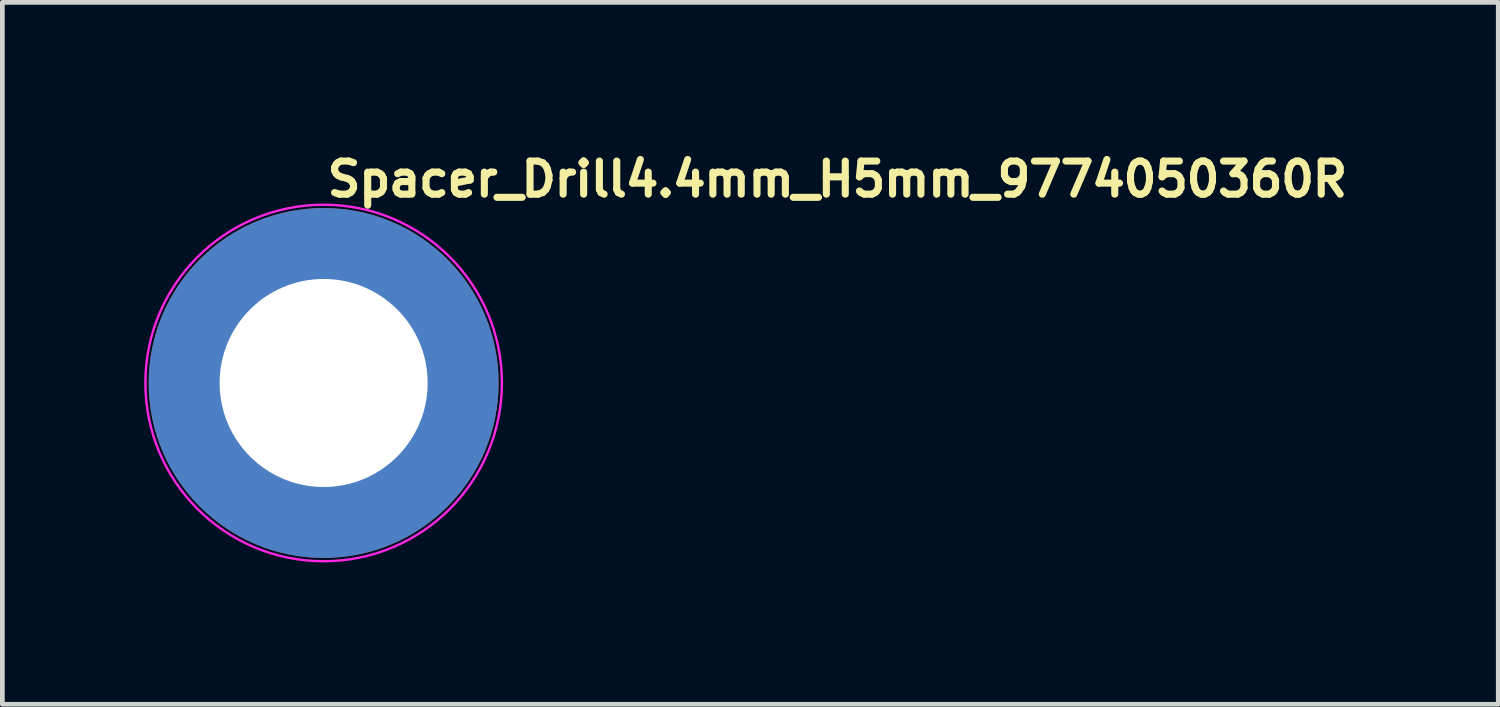
<source format=kicad_pcb>
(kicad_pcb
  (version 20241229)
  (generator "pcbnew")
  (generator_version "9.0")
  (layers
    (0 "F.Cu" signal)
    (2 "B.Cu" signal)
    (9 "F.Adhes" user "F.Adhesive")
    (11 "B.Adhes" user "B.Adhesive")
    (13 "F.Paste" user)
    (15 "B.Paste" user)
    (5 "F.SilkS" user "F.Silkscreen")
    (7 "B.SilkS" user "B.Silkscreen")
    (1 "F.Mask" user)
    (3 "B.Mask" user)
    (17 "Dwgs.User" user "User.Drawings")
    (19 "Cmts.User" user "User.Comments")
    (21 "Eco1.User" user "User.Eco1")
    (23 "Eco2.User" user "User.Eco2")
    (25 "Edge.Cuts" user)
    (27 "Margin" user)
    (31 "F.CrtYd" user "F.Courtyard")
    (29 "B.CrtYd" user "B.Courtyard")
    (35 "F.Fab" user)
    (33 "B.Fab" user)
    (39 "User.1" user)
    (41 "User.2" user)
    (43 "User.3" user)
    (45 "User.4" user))
  (footprint "Spacer_Drill4.4mm_H5mm_9774050360R"
    (layer "F.Cu")
    (at 3.795 5.05)
    (property "Reference" "Spacer_Drill4.4mm_H5mm_9774050360R" (at 0 -3.9 0) (layer "F.SilkS") (effects (font (size 0.7 0.7) (thickness 0.15)) (justify left bottom)))
    (attr smd)
    (fp_circle (center 0 0) (end 3.77 0) (stroke (width 0.05) (type solid)) (fill no) (layer "F.CrtYd"))
    (fp_rect (start -3 -3) (end 3 3) (stroke (width 0.1) (type solid)) (fill no) (layer "User.5"))
    (fp_line (start -3 0) (end -3 0) (stroke (width 0.02) (type solid)) (layer "User.9"))
    (fp_line (start -3 0) (end -2.996 0.154) (stroke (width 0.02) (type solid)) (layer "User.9"))
    (fp_line (start -2.996 -0.154) (end -3 0) (stroke (width 0.02) (type solid)) (layer "User.9"))
    (fp_line (start -2.996 0.154) (end -2.984 0.306) (stroke (width 0.02) (type solid)) (layer "User.9"))
    (fp_line (start -2.984 -0.306) (end -2.996 -0.154) (stroke (width 0.02) (type solid)) (layer "User.9"))
    (fp_line (start -2.984 0.306) (end -2.965 0.456) (stroke (width 0.02) (type solid)) (layer "User.9"))
    (fp_line (start -2.965 -0.456) (end -2.984 -0.306) (stroke (width 0.02) (type solid)) (layer "User.9"))
    (fp_line (start -2.965 0.456) (end -2.939 0.604) (stroke (width 0.02) (type solid)) (layer "User.9"))
    (fp_line (start -2.939 -0.604) (end -2.965 -0.456) (stroke (width 0.02) (type solid)) (layer "User.9"))
    (fp_line (start -2.939 0.604) (end -2.905 0.749) (stroke (width 0.02) (type solid)) (layer "User.9"))
    (fp_line (start -2.905 -0.749) (end -2.939 -0.604) (stroke (width 0.02) (type solid)) (layer "User.9"))
    (fp_line (start -2.905 0.749) (end -2.865 0.892) (stroke (width 0.02) (type solid)) (layer "User.9"))
    (fp_line (start -2.865 -0.892) (end -2.905 -0.749) (stroke (width 0.02) (type solid)) (layer "User.9"))
    (fp_line (start -2.865 0.892) (end -2.817 1.031) (stroke (width 0.02) (type solid)) (layer "User.9"))
    (fp_line (start -2.817 -1.031) (end -2.865 -0.892) (stroke (width 0.02) (type solid)) (layer "User.9"))
    (fp_line (start -2.817 1.031) (end -2.764 1.167) (stroke (width 0.02) (type solid)) (layer "User.9"))
    (fp_line (start -2.764 -1.167) (end -2.817 -1.031) (stroke (width 0.02) (type solid)) (layer "User.9"))
    (fp_line (start -2.764 1.167) (end -2.704 1.3) (stroke (width 0.02) (type solid)) (layer "User.9"))
    (fp_line (start -2.704 -1.3) (end -2.764 -1.167) (stroke (width 0.02) (type solid)) (layer "User.9"))
    (fp_line (start -2.704 1.3) (end -2.637 1.429) (stroke (width 0.02) (type solid)) (layer "User.9"))
    (fp_line (start -2.637 -1.429) (end -2.704 -1.3) (stroke (width 0.02) (type solid)) (layer "User.9"))
    (fp_line (start -2.637 1.429) (end -2.565 1.555) (stroke (width 0.02) (type solid)) (layer "User.9"))
    (fp_line (start -2.565 -1.555) (end -2.637 -1.429) (stroke (width 0.02) (type solid)) (layer "User.9"))
    (fp_line (start -2.565 1.555) (end -2.487 1.677) (stroke (width 0.02) (type solid)) (layer "User.9"))
    (fp_line (start -2.487 -1.677) (end -2.565 -1.555) (stroke (width 0.02) (type solid)) (layer "User.9"))
    (fp_line (start -2.487 1.677) (end -2.404 1.794) (stroke (width 0.02) (type solid)) (layer "User.9"))
    (fp_line (start -2.404 -1.794) (end -2.487 -1.677) (stroke (width 0.02) (type solid)) (layer "User.9"))
    (fp_line (start -2.404 1.794) (end -2.314 1.908) (stroke (width 0.02) (type solid)) (layer "User.9"))
    (fp_line (start -2.314 -1.908) (end -2.404 -1.794) (stroke (width 0.02) (type solid)) (layer "User.9"))
    (fp_line (start -2.314 1.908) (end -2.22 2.016) (stroke (width 0.02) (type solid)) (layer "User.9"))
    (fp_line (start -2.22 -2.016) (end -2.314 -1.908) (stroke (width 0.02) (type solid)) (layer "User.9"))
    (fp_line (start -2.22 2.016) (end -2.121 2.121) (stroke (width 0.02) (type solid)) (layer "User.9"))
    (fp_line (start -2.121 -2.121) (end -2.22 -2.016) (stroke (width 0.02) (type solid)) (layer "User.9"))
    (fp_line (start -2.121 2.121) (end -2.016 2.22) (stroke (width 0.02) (type solid)) (layer "User.9"))
    (fp_line (start -2.016 -2.22) (end -2.121 -2.121) (stroke (width 0.02) (type solid)) (layer "User.9"))
    (fp_line (start -2.016 2.22) (end -1.908 2.314) (stroke (width 0.02) (type solid)) (layer "User.9"))
    (fp_line (start -1.908 -2.314) (end -2.016 -2.22) (stroke (width 0.02) (type solid)) (layer "User.9"))
    (fp_line (start -1.908 2.314) (end -1.794 2.404) (stroke (width 0.02) (type solid)) (layer "User.9"))
    (fp_line (start -1.794 -2.404) (end -1.908 -2.314) (stroke (width 0.02) (type solid)) (layer "User.9"))
    (fp_line (start -1.794 2.404) (end -1.677 2.487) (stroke (width 0.02) (type solid)) (layer "User.9"))
    (fp_line (start -1.677 -2.487) (end -1.794 -2.404) (stroke (width 0.02) (type solid)) (layer "User.9"))
    (fp_line (start -1.677 2.487) (end -1.555 2.565) (stroke (width 0.02) (type solid)) (layer "User.9"))
    (fp_line (start -1.555 -2.565) (end -1.677 -2.487) (stroke (width 0.02) (type solid)) (layer "User.9"))
    (fp_line (start -1.555 2.565) (end -1.429 2.637) (stroke (width 0.02) (type solid)) (layer "User.9"))
    (fp_line (start -1.429 -2.637) (end -1.555 -2.565) (stroke (width 0.02) (type solid)) (layer "User.9"))
    (fp_line (start -1.429 2.637) (end -1.3 2.704) (stroke (width 0.02) (type solid)) (layer "User.9"))
    (fp_line (start -1.3 -2.704) (end -1.429 -2.637) (stroke (width 0.02) (type solid)) (layer "User.9"))
    (fp_line (start -1.3 2.704) (end -1.167 2.764) (stroke (width 0.02) (type solid)) (layer "User.9"))
    (fp_line (start -1.229 0) (end -1.229 0) (stroke (width 0.02) (type solid)) (layer "User.9"))
    (fp_line (start -1.229 0) (end -1.227 0.063) (stroke (width 0.02) (type solid)) (layer "User.9"))
    (fp_line (start -1.227 -0.063) (end -1.229 0) (stroke (width 0.02) (type solid)) (layer "User.9"))
    (fp_line (start -1.227 0.063) (end -1.223 0.125) (stroke (width 0.02) (type solid)) (layer "User.9"))
    (fp_line (start -1.223 -0.125) (end -1.227 -0.063) (stroke (width 0.02) (type solid)) (layer "User.9"))
    (fp_line (start -1.223 0.125) (end -1.215 0.187) (stroke (width 0.02) (type solid)) (layer "User.9"))
    (fp_line (start -1.215 -0.187) (end -1.223 -0.125) (stroke (width 0.02) (type solid)) (layer "User.9"))
    (fp_line (start -1.215 0.187) (end -1.204 0.247) (stroke (width 0.02) (type solid)) (layer "User.9"))
    (fp_line (start -1.204 -0.247) (end -1.215 -0.187) (stroke (width 0.02) (type solid)) (layer "User.9"))
    (fp_line (start -1.204 0.247) (end -1.19 0.307) (stroke (width 0.02) (type solid)) (layer "User.9"))
    (fp_line (start -1.19 -0.307) (end -1.204 -0.247) (stroke (width 0.02) (type solid)) (layer "User.9"))
    (fp_line (start -1.19 0.307) (end -1.174 0.365) (stroke (width 0.02) (type solid)) (layer "User.9"))
    (fp_line (start -1.174 -0.365) (end -1.19 -0.307) (stroke (width 0.02) (type solid)) (layer "User.9"))
    (fp_line (start -1.174 0.365) (end -1.154 0.422) (stroke (width 0.02) (type solid)) (layer "User.9"))
    (fp_line (start -1.167 -2.764) (end -1.3 -2.704) (stroke (width 0.02) (type solid)) (layer "User.9"))
    (fp_line (start -1.167 2.764) (end -1.031 2.817) (stroke (width 0.02) (type solid)) (layer "User.9"))
    (fp_line (start -1.154 -0.422) (end -1.174 -0.365) (stroke (width 0.02) (type solid)) (layer "User.9"))
    (fp_line (start -1.154 0.422) (end -1.132 0.478) (stroke (width 0.02) (type solid)) (layer "User.9"))
    (fp_line (start -1.132 -0.478) (end -1.154 -0.422) (stroke (width 0.02) (type solid)) (layer "User.9"))
    (fp_line (start -1.132 0.478) (end -1.108 0.533) (stroke (width 0.02) (type solid)) (layer "User.9"))
    (fp_line (start -1.108 -0.533) (end -1.132 -0.478) (stroke (width 0.02) (type solid)) (layer "User.9"))
    (fp_line (start -1.108 0.533) (end -1.081 0.586) (stroke (width 0.02) (type solid)) (layer "User.9"))
    (fp_line (start -1.081 -0.586) (end -1.108 -0.533) (stroke (width 0.02) (type solid)) (layer "User.9"))
    (fp_line (start -1.081 0.586) (end -1.051 0.637) (stroke (width 0.02) (type solid)) (layer "User.9"))
    (fp_line (start -1.051 -0.637) (end -1.081 -0.586) (stroke (width 0.02) (type solid)) (layer "User.9"))
    (fp_line (start -1.051 0.637) (end -1.019 0.687) (stroke (width 0.02) (type solid)) (layer "User.9"))
    (fp_line (start -1.031 -2.817) (end -1.167 -2.764) (stroke (width 0.02) (type solid)) (layer "User.9"))
    (fp_line (start -1.031 2.817) (end -0.892 2.865) (stroke (width 0.02) (type solid)) (layer "User.9"))
    (fp_line (start -1.019 -0.687) (end -1.051 -0.637) (stroke (width 0.02) (type solid)) (layer "User.9"))
    (fp_line (start -1.019 0.687) (end -0.985 0.735) (stroke (width 0.02) (type solid)) (layer "User.9"))
    (fp_line (start -0.985 -0.735) (end -1.019 -0.687) (stroke (width 0.02) (type solid)) (layer "User.9"))
    (fp_line (start -0.985 0.735) (end -0.948 0.782) (stroke (width 0.02) (type solid)) (layer "User.9"))
    (fp_line (start -0.948 -0.782) (end -0.985 -0.735) (stroke (width 0.02) (type solid)) (layer "User.9"))
    (fp_line (start -0.948 0.782) (end -0.91 0.826) (stroke (width 0.02) (type solid)) (layer "User.9"))
    (fp_line (start -0.91 -0.826) (end -0.948 -0.782) (stroke (width 0.02) (type solid)) (layer "User.9"))
    (fp_line (start -0.91 0.826) (end -0.869 0.869) (stroke (width 0.02) (type solid)) (layer "User.9"))
    (fp_line (start -0.892 -2.865) (end -1.031 -2.817) (stroke (width 0.02) (type solid)) (layer "User.9"))
    (fp_line (start -0.892 2.865) (end -0.749 2.905) (stroke (width 0.02) (type solid)) (layer "User.9"))
    (fp_line (start -0.869 -0.869) (end -0.91 -0.826) (stroke (width 0.02) (type solid)) (layer "User.9"))
    (fp_line (start -0.869 0.869) (end -0.826 0.91) (stroke (width 0.02) (type solid)) (layer "User.9"))
    (fp_line (start -0.826 -0.91) (end -0.869 -0.869) (stroke (width 0.02) (type solid)) (layer "User.9"))
    (fp_line (start -0.826 0.91) (end -0.782 0.948) (stroke (width 0.02) (type solid)) (layer "User.9"))
    (fp_line (start -0.782 -0.948) (end -0.826 -0.91) (stroke (width 0.02) (type solid)) (layer "User.9"))
    (fp_line (start -0.782 0.948) (end -0.735 0.985) (stroke (width 0.02) (type solid)) (layer "User.9"))
    (fp_line (start -0.749 -2.905) (end -0.892 -2.865) (stroke (width 0.02) (type solid)) (layer "User.9"))
    (fp_line (start -0.749 2.905) (end -0.604 2.939) (stroke (width 0.02) (type solid)) (layer "User.9"))
    (fp_line (start -0.735 -0.985) (end -0.782 -0.948) (stroke (width 0.02) (type solid)) (layer "User.9"))
    (fp_line (start -0.735 0.985) (end -0.687 1.019) (stroke (width 0.02) (type solid)) (layer "User.9"))
    (fp_line (start -0.687 -1.019) (end -0.735 -0.985) (stroke (width 0.02) (type solid)) (layer "User.9"))
    (fp_line (start -0.687 1.019) (end -0.637 1.051) (stroke (width 0.02) (type solid)) (layer "User.9"))
    (fp_line (start -0.637 -1.051) (end -0.687 -1.019) (stroke (width 0.02) (type solid)) (layer "User.9"))
    (fp_line (start -0.637 1.051) (end -0.586 1.081) (stroke (width 0.02) (type solid)) (layer "User.9"))
    (fp_line (start -0.604 -2.939) (end -0.749 -2.905) (stroke (width 0.02) (type solid)) (layer "User.9"))
    (fp_line (start -0.604 2.939) (end -0.456 2.965) (stroke (width 0.02) (type solid)) (layer "User.9"))
    (fp_line (start -0.586 -1.081) (end -0.637 -1.051) (stroke (width 0.02) (type solid)) (layer "User.9"))
    (fp_line (start -0.586 1.081) (end -0.533 1.108) (stroke (width 0.02) (type solid)) (layer "User.9"))
    (fp_line (start -0.533 -1.108) (end -0.586 -1.081) (stroke (width 0.02) (type solid)) (layer "User.9"))
    (fp_line (start -0.533 1.108) (end -0.478 1.132) (stroke (width 0.02) (type solid)) (layer "User.9"))
    (fp_line (start -0.478 -1.132) (end -0.533 -1.108) (stroke (width 0.02) (type solid)) (layer "User.9"))
    (fp_line (start -0.478 1.132) (end -0.422 1.154) (stroke (width 0.02) (type solid)) (layer "User.9"))
    (fp_line (start -0.456 -2.965) (end -0.604 -2.939) (stroke (width 0.02) (type solid)) (layer "User.9"))
    (fp_line (start -0.456 2.965) (end -0.306 2.984) (stroke (width 0.02) (type solid)) (layer "User.9"))
    (fp_line (start -0.422 -1.154) (end -0.478 -1.132) (stroke (width 0.02) (type solid)) (layer "User.9"))
    (fp_line (start -0.422 1.154) (end -0.365 1.174) (stroke (width 0.02) (type solid)) (layer "User.9"))
    (fp_line (start -0.365 -1.174) (end -0.422 -1.154) (stroke (width 0.02) (type solid)) (layer "User.9"))
    (fp_line (start -0.365 1.174) (end -0.307 1.19) (stroke (width 0.02) (type solid)) (layer "User.9"))
    (fp_line (start -0.307 -1.19) (end -0.365 -1.174) (stroke (width 0.02) (type solid)) (layer "User.9"))
    (fp_line (start -0.307 1.19) (end -0.247 1.204) (stroke (width 0.02) (type solid)) (layer "User.9"))
    (fp_line (start -0.306 -2.984) (end -0.456 -2.965) (stroke (width 0.02) (type solid)) (layer "User.9"))
    (fp_line (start -0.306 2.984) (end -0.154 2.996) (stroke (width 0.02) (type solid)) (layer "User.9"))
    (fp_line (start -0.247 -1.204) (end -0.307 -1.19) (stroke (width 0.02) (type solid)) (layer "User.9"))
    (fp_line (start -0.247 1.204) (end -0.187 1.215) (stroke (width 0.02) (type solid)) (layer "User.9"))
    (fp_line (start -0.187 -1.215) (end -0.247 -1.204) (stroke (width 0.02) (type solid)) (layer "User.9"))
    (fp_line (start -0.187 1.215) (end -0.125 1.223) (stroke (width 0.02) (type solid)) (layer "User.9"))
    (fp_line (start -0.154 -2.996) (end -0.306 -2.984) (stroke (width 0.02) (type solid)) (layer "User.9"))
    (fp_line (start -0.154 2.996) (end 0 3) (stroke (width 0.02) (type solid)) (layer "User.9"))
    (fp_line (start -0.125 -1.223) (end -0.187 -1.215) (stroke (width 0.02) (type solid)) (layer "User.9"))
    (fp_line (start -0.125 1.223) (end -0.063 1.227) (stroke (width 0.02) (type solid)) (layer "User.9"))
    (fp_line (start -0.063 -1.227) (end -0.125 -1.223) (stroke (width 0.02) (type solid)) (layer "User.9"))
    (fp_line (start -0.063 1.227) (end 0 1.229) (stroke (width 0.02) (type solid)) (layer "User.9"))
    (fp_line (start 0 -3) (end -0.154 -2.996) (stroke (width 0.02) (type solid)) (layer "User.9"))
    (fp_line (start 0 -3) (end 0 -3) (stroke (width 0.02) (type solid)) (layer "User.9"))
    (fp_line (start 0 -1.229) (end -0.063 -1.227) (stroke (width 0.02) (type solid)) (layer "User.9"))
    (fp_line (start 0 -1.229) (end 0 -1.229) (stroke (width 0.02) (type solid)) (layer "User.9"))
    (fp_line (start 0 1.229) (end 0 1.229) (stroke (width 0.02) (type solid)) (layer "User.9"))
    (fp_line (start 0 1.229) (end 0.063 1.227) (stroke (width 0.02) (type solid)) (layer "User.9"))
    (fp_line (start 0 3) (end 0 3) (stroke (width 0.02) (type solid)) (layer "User.9"))
    (fp_line (start 0 3) (end 0.154 2.996) (stroke (width 0.02) (type solid)) (layer "User.9"))
    (fp_line (start 0.063 -1.227) (end 0 -1.229) (stroke (width 0.02) (type solid)) (layer "User.9"))
    (fp_line (start 0.063 1.227) (end 0.125 1.223) (stroke (width 0.02) (type solid)) (layer "User.9"))
    (fp_line (start 0.125 -1.223) (end 0.063 -1.227) (stroke (width 0.02) (type solid)) (layer "User.9"))
    (fp_line (start 0.125 1.223) (end 0.187 1.215) (stroke (width 0.02) (type solid)) (layer "User.9"))
    (fp_line (start 0.154 -2.996) (end 0 -3) (stroke (width 0.02) (type solid)) (layer "User.9"))
    (fp_line (start 0.154 2.996) (end 0.306 2.984) (stroke (width 0.02) (type solid)) (layer "User.9"))
    (fp_line (start 0.187 -1.215) (end 0.125 -1.223) (stroke (width 0.02) (type solid)) (layer "User.9"))
    (fp_line (start 0.187 1.215) (end 0.247 1.204) (stroke (width 0.02) (type solid)) (layer "User.9"))
    (fp_line (start 0.247 -1.204) (end 0.187 -1.215) (stroke (width 0.02) (type solid)) (layer "User.9"))
    (fp_line (start 0.247 1.204) (end 0.307 1.19) (stroke (width 0.02) (type solid)) (layer "User.9"))
    (fp_line (start 0.306 -2.984) (end 0.154 -2.996) (stroke (width 0.02) (type solid)) (layer "User.9"))
    (fp_line (start 0.306 2.984) (end 0.456 2.965) (stroke (width 0.02) (type solid)) (layer "User.9"))
    (fp_line (start 0.307 -1.19) (end 0.247 -1.204) (stroke (width 0.02) (type solid)) (layer "User.9"))
    (fp_line (start 0.307 1.19) (end 0.365 1.174) (stroke (width 0.02) (type solid)) (layer "User.9"))
    (fp_line (start 0.365 -1.174) (end 0.307 -1.19) (stroke (width 0.02) (type solid)) (layer "User.9"))
    (fp_line (start 0.365 1.174) (end 0.422 1.154) (stroke (width 0.02) (type solid)) (layer "User.9"))
    (fp_line (start 0.422 -1.154) (end 0.365 -1.174) (stroke (width 0.02) (type solid)) (layer "User.9"))
    (fp_line (start 0.422 1.154) (end 0.478 1.132) (stroke (width 0.02) (type solid)) (layer "User.9"))
    (fp_line (start 0.456 -2.965) (end 0.306 -2.984) (stroke (width 0.02) (type solid)) (layer "User.9"))
    (fp_line (start 0.456 2.965) (end 0.604 2.939) (stroke (width 0.02) (type solid)) (layer "User.9"))
    (fp_line (start 0.478 -1.132) (end 0.422 -1.154) (stroke (width 0.02) (type solid)) (layer "User.9"))
    (fp_line (start 0.478 1.132) (end 0.533 1.108) (stroke (width 0.02) (type solid)) (layer "User.9"))
    (fp_line (start 0.533 -1.108) (end 0.478 -1.132) (stroke (width 0.02) (type solid)) (layer "User.9"))
    (fp_line (start 0.533 1.108) (end 0.586 1.081) (stroke (width 0.02) (type solid)) (layer "User.9"))
    (fp_line (start 0.586 -1.081) (end 0.533 -1.108) (stroke (width 0.02) (type solid)) (layer "User.9"))
    (fp_line (start 0.586 1.081) (end 0.637 1.051) (stroke (width 0.02) (type solid)) (layer "User.9"))
    (fp_line (start 0.604 -2.939) (end 0.456 -2.965) (stroke (width 0.02) (type solid)) (layer "User.9"))
    (fp_line (start 0.604 2.939) (end 0.749 2.905) (stroke (width 0.02) (type solid)) (layer "User.9"))
    (fp_line (start 0.637 -1.051) (end 0.586 -1.081) (stroke (width 0.02) (type solid)) (layer "User.9"))
    (fp_line (start 0.637 1.051) (end 0.687 1.019) (stroke (width 0.02) (type solid)) (layer "User.9"))
    (fp_line (start 0.687 -1.019) (end 0.637 -1.051) (stroke (width 0.02) (type solid)) (layer "User.9"))
    (fp_line (start 0.687 1.019) (end 0.735 0.985) (stroke (width 0.02) (type solid)) (layer "User.9"))
    (fp_line (start 0.735 -0.985) (end 0.687 -1.019) (stroke (width 0.02) (type solid)) (layer "User.9"))
    (fp_line (start 0.735 0.985) (end 0.782 0.948) (stroke (width 0.02) (type solid)) (layer "User.9"))
    (fp_line (start 0.749 -2.905) (end 0.604 -2.939) (stroke (width 0.02) (type solid)) (layer "User.9"))
    (fp_line (start 0.749 2.905) (end 0.892 2.865) (stroke (width 0.02) (type solid)) (layer "User.9"))
    (fp_line (start 0.782 -0.948) (end 0.735 -0.985) (stroke (width 0.02) (type solid)) (layer "User.9"))
    (fp_line (start 0.782 0.948) (end 0.826 0.91) (stroke (width 0.02) (type solid)) (layer "User.9"))
    (fp_line (start 0.826 -0.91) (end 0.782 -0.948) (stroke (width 0.02) (type solid)) (layer "User.9"))
    (fp_line (start 0.826 0.91) (end 0.869 0.869) (stroke (width 0.02) (type solid)) (layer "User.9"))
    (fp_line (start 0.869 -0.869) (end 0.826 -0.91) (stroke (width 0.02) (type solid)) (layer "User.9"))
    (fp_line (start 0.869 0.869) (end 0.91 0.826) (stroke (width 0.02) (type solid)) (layer "User.9"))
    (fp_line (start 0.892 -2.865) (end 0.749 -2.905) (stroke (width 0.02) (type solid)) (layer "User.9"))
    (fp_line (start 0.892 2.865) (end 1.031 2.817) (stroke (width 0.02) (type solid)) (layer "User.9"))
    (fp_line (start 0.91 -0.826) (end 0.869 -0.869) (stroke (width 0.02) (type solid)) (layer "User.9"))
    (fp_line (start 0.91 0.826) (end 0.948 0.782) (stroke (width 0.02) (type solid)) (layer "User.9"))
    (fp_line (start 0.948 -0.782) (end 0.91 -0.826) (stroke (width 0.02) (type solid)) (layer "User.9"))
    (fp_line (start 0.948 0.782) (end 0.985 0.735) (stroke (width 0.02) (type solid)) (layer "User.9"))
    (fp_line (start 0.985 -0.735) (end 0.948 -0.782) (stroke (width 0.02) (type solid)) (layer "User.9"))
    (fp_line (start 0.985 0.735) (end 1.019 0.687) (stroke (width 0.02) (type solid)) (layer "User.9"))
    (fp_line (start 1.019 -0.687) (end 0.985 -0.735) (stroke (width 0.02) (type solid)) (layer "User.9"))
    (fp_line (start 1.019 0.687) (end 1.051 0.637) (stroke (width 0.02) (type solid)) (layer "User.9"))
    (fp_line (start 1.031 -2.817) (end 0.892 -2.865) (stroke (width 0.02) (type solid)) (layer "User.9"))
    (fp_line (start 1.031 2.817) (end 1.167 2.764) (stroke (width 0.02) (type solid)) (layer "User.9"))
    (fp_line (start 1.051 -0.637) (end 1.019 -0.687) (stroke (width 0.02) (type solid)) (layer "User.9"))
    (fp_line (start 1.051 0.637) (end 1.081 0.586) (stroke (width 0.02) (type solid)) (layer "User.9"))
    (fp_line (start 1.081 -0.586) (end 1.051 -0.637) (stroke (width 0.02) (type solid)) (layer "User.9"))
    (fp_line (start 1.081 0.586) (end 1.108 0.533) (stroke (width 0.02) (type solid)) (layer "User.9"))
    (fp_line (start 1.108 -0.533) (end 1.081 -0.586) (stroke (width 0.02) (type solid)) (layer "User.9"))
    (fp_line (start 1.108 0.533) (end 1.132 0.478) (stroke (width 0.02) (type solid)) (layer "User.9"))
    (fp_line (start 1.132 -0.478) (end 1.108 -0.533) (stroke (width 0.02) (type solid)) (layer "User.9"))
    (fp_line (start 1.132 0.478) (end 1.154 0.422) (stroke (width 0.02) (type solid)) (layer "User.9"))
    (fp_line (start 1.154 -0.422) (end 1.132 -0.478) (stroke (width 0.02) (type solid)) (layer "User.9"))
    (fp_line (start 1.154 0.422) (end 1.174 0.365) (stroke (width 0.02) (type solid)) (layer "User.9"))
    (fp_line (start 1.167 -2.764) (end 1.031 -2.817) (stroke (width 0.02) (type solid)) (layer "User.9"))
    (fp_line (start 1.167 2.764) (end 1.3 2.704) (stroke (width 0.02) (type solid)) (layer "User.9"))
    (fp_line (start 1.174 -0.365) (end 1.154 -0.422) (stroke (width 0.02) (type solid)) (layer "User.9"))
    (fp_line (start 1.174 0.365) (end 1.19 0.307) (stroke (width 0.02) (type solid)) (layer "User.9"))
    (fp_line (start 1.19 -0.307) (end 1.174 -0.365) (stroke (width 0.02) (type solid)) (layer "User.9"))
    (fp_line (start 1.19 0.307) (end 1.204 0.247) (stroke (width 0.02) (type solid)) (layer "User.9"))
    (fp_line (start 1.204 -0.247) (end 1.19 -0.307) (stroke (width 0.02) (type solid)) (layer "User.9"))
    (fp_line (start 1.204 0.247) (end 1.215 0.187) (stroke (width 0.02) (type solid)) (layer "User.9"))
    (fp_line (start 1.215 -0.187) (end 1.204 -0.247) (stroke (width 0.02) (type solid)) (layer "User.9"))
    (fp_line (start 1.215 0.187) (end 1.223 0.125) (stroke (width 0.02) (type solid)) (layer "User.9"))
    (fp_line (start 1.223 -0.125) (end 1.215 -0.187) (stroke (width 0.02) (type solid)) (layer "User.9"))
    (fp_line (start 1.223 0.125) (end 1.227 0.063) (stroke (width 0.02) (type solid)) (layer "User.9"))
    (fp_line (start 1.227 -0.063) (end 1.223 -0.125) (stroke (width 0.02) (type solid)) (layer "User.9"))
    (fp_line (start 1.227 0.063) (end 1.229 0) (stroke (width 0.02) (type solid)) (layer "User.9"))
    (fp_line (start 1.229 0) (end 1.227 -0.063) (stroke (width 0.02) (type solid)) (layer "User.9"))
    (fp_line (start 1.229 0) (end 1.229 0) (stroke (width 0.02) (type solid)) (layer "User.9"))
    (fp_line (start 1.229 0) (end 1.229 0) (stroke (width 0.02) (type solid)) (layer "User.9"))
    (fp_line (start 1.3 -2.704) (end 1.167 -2.764) (stroke (width 0.02) (type solid)) (layer "User.9"))
    (fp_line (start 1.3 2.704) (end 1.429 2.637) (stroke (width 0.02) (type solid)) (layer "User.9"))
    (fp_line (start 1.429 -2.637) (end 1.3 -2.704) (stroke (width 0.02) (type solid)) (layer "User.9"))
    (fp_line (start 1.429 2.637) (end 1.555 2.565) (stroke (width 0.02) (type solid)) (layer "User.9"))
    (fp_line (start 1.555 -2.565) (end 1.429 -2.637) (stroke (width 0.02) (type solid)) (layer "User.9"))
    (fp_line (start 1.555 2.565) (end 1.677 2.487) (stroke (width 0.02) (type solid)) (layer "User.9"))
    (fp_line (start 1.677 -2.487) (end 1.555 -2.565) (stroke (width 0.02) (type solid)) (layer "User.9"))
    (fp_line (start 1.677 2.487) (end 1.794 2.404) (stroke (width 0.02) (type solid)) (layer "User.9"))
    (fp_line (start 1.794 -2.404) (end 1.677 -2.487) (stroke (width 0.02) (type solid)) (layer "User.9"))
    (fp_line (start 1.794 2.404) (end 1.908 2.314) (stroke (width 0.02) (type solid)) (layer "User.9"))
    (fp_line (start 1.908 -2.314) (end 1.794 -2.404) (stroke (width 0.02) (type solid)) (layer "User.9"))
    (fp_line (start 1.908 2.314) (end 2.016 2.22) (stroke (width 0.02) (type solid)) (layer "User.9"))
    (fp_line (start 2.016 -2.22) (end 1.908 -2.314) (stroke (width 0.02) (type solid)) (layer "User.9"))
    (fp_line (start 2.016 2.22) (end 2.121 2.121) (stroke (width 0.02) (type solid)) (layer "User.9"))
    (fp_line (start 2.121 -2.121) (end 2.016 -2.22) (stroke (width 0.02) (type solid)) (layer "User.9"))
    (fp_line (start 2.121 2.121) (end 2.22 2.016) (stroke (width 0.02) (type solid)) (layer "User.9"))
    (fp_line (start 2.22 -2.016) (end 2.121 -2.121) (stroke (width 0.02) (type solid)) (layer "User.9"))
    (fp_line (start 2.22 2.016) (end 2.314 1.908) (stroke (width 0.02) (type solid)) (layer "User.9"))
    (fp_line (start 2.314 -1.908) (end 2.22 -2.016) (stroke (width 0.02) (type solid)) (layer "User.9"))
    (fp_line (start 2.314 1.908) (end 2.404 1.794) (stroke (width 0.02) (type solid)) (layer "User.9"))
    (fp_line (start 2.404 -1.794) (end 2.314 -1.908) (stroke (width 0.02) (type solid)) (layer "User.9"))
    (fp_line (start 2.404 1.794) (end 2.487 1.677) (stroke (width 0.02) (type solid)) (layer "User.9"))
    (fp_line (start 2.487 -1.677) (end 2.404 -1.794) (stroke (width 0.02) (type solid)) (layer "User.9"))
    (fp_line (start 2.487 1.677) (end 2.565 1.555) (stroke (width 0.02) (type solid)) (layer "User.9"))
    (fp_line (start 2.565 -1.555) (end 2.487 -1.677) (stroke (width 0.02) (type solid)) (layer "User.9"))
    (fp_line (start 2.565 1.555) (end 2.637 1.429) (stroke (width 0.02) (type solid)) (layer "User.9"))
    (fp_line (start 2.637 -1.429) (end 2.565 -1.555) (stroke (width 0.02) (type solid)) (layer "User.9"))
    (fp_line (start 2.637 1.429) (end 2.704 1.3) (stroke (width 0.02) (type solid)) (layer "User.9"))
    (fp_line (start 2.704 -1.3) (end 2.637 -1.429) (stroke (width 0.02) (type solid)) (layer "User.9"))
    (fp_line (start 2.704 1.3) (end 2.764 1.167) (stroke (width 0.02) (type solid)) (layer "User.9"))
    (fp_line (start 2.764 -1.167) (end 2.704 -1.3) (stroke (width 0.02) (type solid)) (layer "User.9"))
    (fp_line (start 2.764 1.167) (end 2.817 1.031) (stroke (width 0.02) (type solid)) (layer "User.9"))
    (fp_line (start 2.817 -1.031) (end 2.764 -1.167) (stroke (width 0.02) (type solid)) (layer "User.9"))
    (fp_line (start 2.817 1.031) (end 2.865 0.892) (stroke (width 0.02) (type solid)) (layer "User.9"))
    (fp_line (start 2.865 -0.892) (end 2.817 -1.031) (stroke (width 0.02) (type solid)) (layer "User.9"))
    (fp_line (start 2.865 0.892) (end 2.905 0.749) (stroke (width 0.02) (type solid)) (layer "User.9"))
    (fp_line (start 2.905 -0.749) (end 2.865 -0.892) (stroke (width 0.02) (type solid)) (layer "User.9"))
    (fp_line (start 2.905 0.749) (end 2.939 0.604) (stroke (width 0.02) (type solid)) (layer "User.9"))
    (fp_line (start 2.939 -0.604) (end 2.905 -0.749) (stroke (width 0.02) (type solid)) (layer "User.9"))
    (fp_line (start 2.939 0.604) (end 2.965 0.456) (stroke (width 0.02) (type solid)) (layer "User.9"))
    (fp_line (start 2.965 -0.456) (end 2.939 -0.604) (stroke (width 0.02) (type solid)) (layer "User.9"))
    (fp_line (start 2.965 0.456) (end 2.984 0.306) (stroke (width 0.02) (type solid)) (layer "User.9"))
    (fp_line (start 2.984 -0.306) (end 2.965 -0.456) (stroke (width 0.02) (type solid)) (layer "User.9"))
    (fp_line (start 2.984 0.306) (end 2.996 0.154) (stroke (width 0.02) (type solid)) (layer "User.9"))
    (fp_line (start 2.996 -0.154) (end 2.984 -0.306) (stroke (width 0.02) (type solid)) (layer "User.9"))
    (fp_line (start 2.996 0.154) (end 3 0) (stroke (width 0.02) (type solid)) (layer "User.9"))
    (fp_line (start 3 0) (end 2.996 -0.154) (stroke (width 0.02) (type solid)) (layer "User.9"))
    (fp_line (start 3 0) (end 3 0) (stroke (width 0.02) (type solid)) (layer "User.9"))
    (fp_line (start 3 0) (end 3 0) (stroke (width 0.02) (type solid)) (layer "User.9"))
    (pad "1" thru_hole circle (at 0 0) (size 7.4 7.4) (drill 4.4) (layers "*.Cu" "*.Mask" "F.Paste")))
  (gr_rect
    (start -3 -3)
    (end 28.638 11.845)
    (stroke (width 0.1) (type default))
    (fill no)
    (layer "Edge.Cuts")))
</source>
